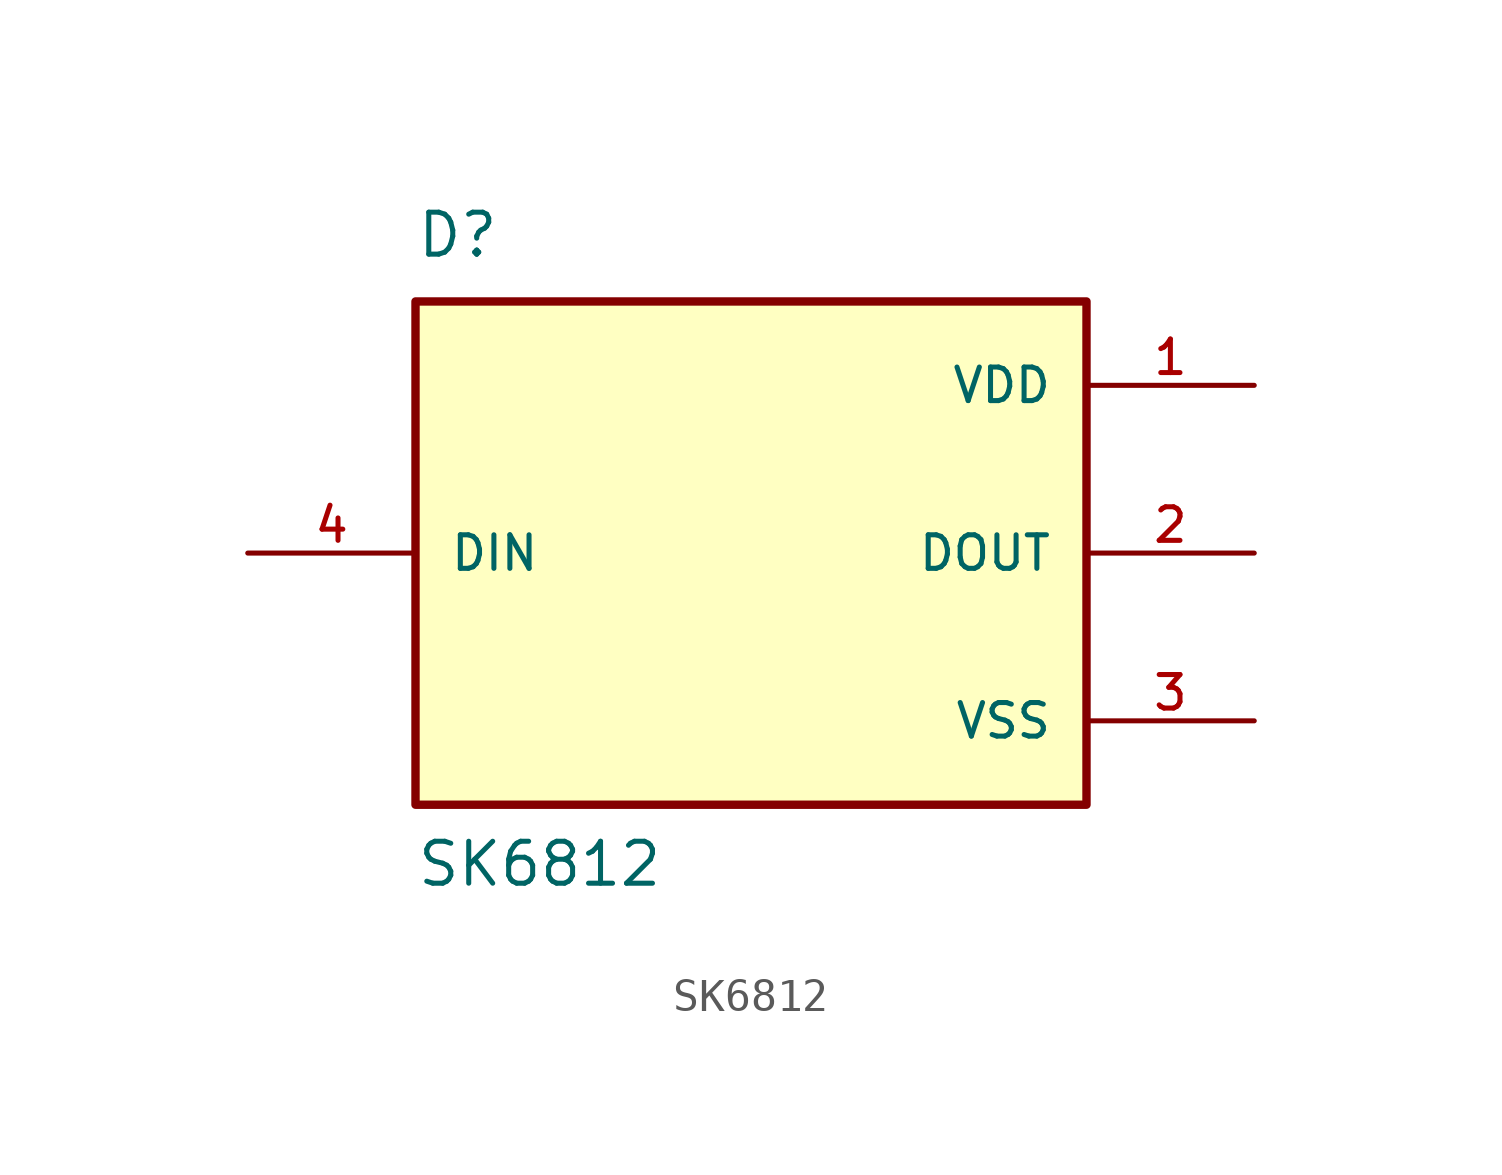
<source format=kicad_sym>
(kicad_symbol_lib
  (version 20211014)
  (generator kicad_symbol_editor)
  (symbol "SK6812"
    (pin_names
      (offset 1.016))
    (property "Reference" "D"
      (at -10.16 8.89 0)
      (effects (font (size 1.27 1.27)) (justify bottom left)))
    (property "Value" "SK6812"
      (at -10.16 -10.16 0)
      (effects (font (size 1.27 1.27)) (justify bottom left)))
    (symbol "SK6812_0_0"
      (rectangle (start -10.16 -7.62) (end 10.16 7.62) (stroke (width 0.254)) (fill (type background)))
      (pin input line (at -15.24 0.0 0) (length 5.08) (name "DIN" (effects (font (size 1.016 1.016)))) (number "4" (effects (font (size 1.016 1.016)))))
      (pin power_in line (at 15.24 5.08 180.0) (length 5.08) (name "VDD" (effects (font (size 1.016 1.016)))) (number "1" (effects (font (size 1.016 1.016)))))
      (pin power_in line (at 15.24 -5.08 180.0) (length 5.08) (name "VSS" (effects (font (size 1.016 1.016)))) (number "3" (effects (font (size 1.016 1.016)))))
      (pin output line (at 15.24 0.0 180.0) (length 5.08) (name "DOUT" (effects (font (size 1.016 1.016)))) (number "2" (effects (font (size 1.016 1.016))))))))
</source>
